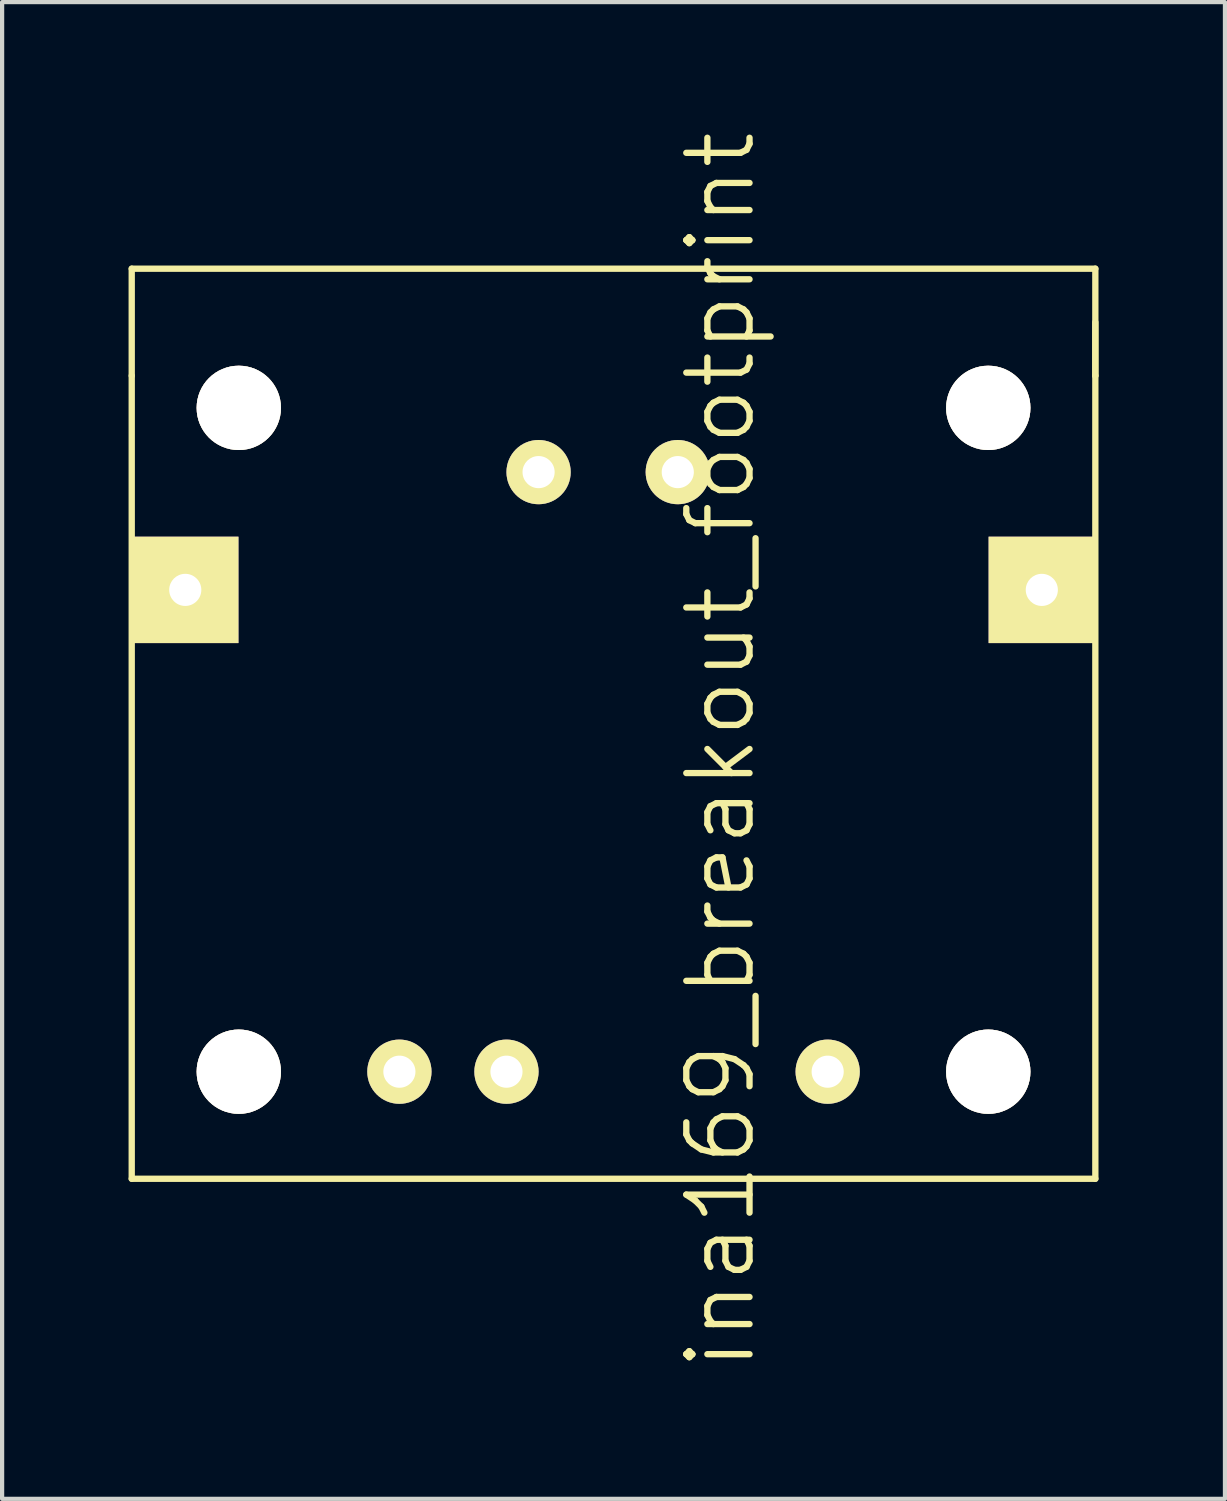
<source format=kicad_pcb>
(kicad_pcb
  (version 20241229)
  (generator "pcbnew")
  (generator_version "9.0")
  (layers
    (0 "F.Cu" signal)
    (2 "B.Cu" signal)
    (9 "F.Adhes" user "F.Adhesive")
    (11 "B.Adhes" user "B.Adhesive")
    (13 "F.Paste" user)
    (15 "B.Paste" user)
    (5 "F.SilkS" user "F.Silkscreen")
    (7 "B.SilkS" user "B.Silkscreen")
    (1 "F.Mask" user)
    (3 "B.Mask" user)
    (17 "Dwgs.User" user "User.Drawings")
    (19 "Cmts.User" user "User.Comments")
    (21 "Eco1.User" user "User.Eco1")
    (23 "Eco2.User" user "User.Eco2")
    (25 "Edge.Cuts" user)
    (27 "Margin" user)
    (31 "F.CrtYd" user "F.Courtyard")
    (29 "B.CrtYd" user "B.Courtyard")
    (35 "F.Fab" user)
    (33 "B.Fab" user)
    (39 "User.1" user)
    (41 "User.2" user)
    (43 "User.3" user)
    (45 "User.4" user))
  (footprint "ina169_breakout_footprint"
    (layer "F.Cu")
    (at 11.505 14.754)
    (property "Reference" "ina169_breakout_footprint" (at 2.54 0 90) (layer "F.SilkS") (effects (font (size 1.5 1.5) (thickness 0.15))))
    (attr through_hole)
    (fp_line (start -11.43 -11.43) (end 11.43 -11.43) (stroke (width 0.15) (type solid)) (layer "F.SilkS"))
    (fp_line (start -11.43 -8.89) (end -11.43 -11.43) (stroke (width 0.15) (type solid)) (layer "F.SilkS"))
    (fp_line (start -11.43 -8.89) (end -11.43 10.16) (stroke (width 0.15) (type solid)) (layer "F.SilkS"))
    (fp_line (start 11.43 -11.43) (end 11.43 -8.89) (stroke (width 0.15) (type solid)) (layer "F.SilkS"))
    (fp_line (start 11.43 -8.89) (end 11.43 -10.16) (stroke (width 0.15) (type solid)) (layer "F.SilkS"))
    (fp_line (start 11.43 10.16) (end -11.43 10.16) (stroke (width 0.15) (type solid)) (layer "F.SilkS"))
    (fp_line (start 11.43 10.16) (end 11.43 -8.89) (stroke (width 0.15) (type solid)) (layer "F.SilkS"))
    (pad "" thru_hole circle (at -8.89 -8.128) (size 2 2) (drill 2) (layers "*.Cu" "*.Mask" "F.SilkS"))
    (pad "" thru_hole circle (at -8.89 7.62) (size 2 2) (drill 2) (layers "*.Cu" "*.Mask" "F.SilkS"))
    (pad "" thru_hole circle (at 8.89 -8.128) (size 2 2) (drill 2) (layers "*.Cu" "*.Mask" "F.SilkS"))
    (pad "" thru_hole circle (at 8.89 7.62) (size 2 2) (drill 2) (layers "*.Cu" "*.Mask" "F.SilkS"))
    (pad "1" thru_hole circle (at -5.08 7.62) (size 1.524 1.524) (drill 0.762) (layers "*.Cu" "*.Mask" "F.SilkS"))
    (pad "2" thru_hole circle (at -2.54 7.62) (size 1.524 1.524) (drill 0.762) (layers "*.Cu" "*.Mask" "F.SilkS"))
    (pad "3" thru_hole circle (at 5.08 7.62) (size 1.524 1.524) (drill 0.762) (layers "*.Cu" "*.Mask" "F.SilkS"))
    (pad "4" thru_hole circle (at 1.524 -6.604) (size 1.524 1.524) (drill 0.762) (layers "*.Cu" "*.Mask" "F.SilkS"))
    (pad "5" thru_hole circle (at -1.778 -6.604) (size 1.524 1.524) (drill 0.762) (layers "*.Cu" "*.Mask" "F.SilkS"))
    (pad "6" thru_hole rect (at -10.16 -3.81) (size 2.524 2.524) (drill 0.762) (layers "*.Cu" "*.Mask" "F.SilkS"))
    (pad "7" thru_hole rect (at 10.16 -3.81) (size 2.524 2.524) (drill 0.762) (layers "*.Cu" "*.Mask" "F.SilkS")))
  (gr_rect
    (start -3 -3)
    (end 26.01 32.507)
    (stroke (width 0.1) (type default))
    (fill no)
    (layer "Edge.Cuts")))
</source>
